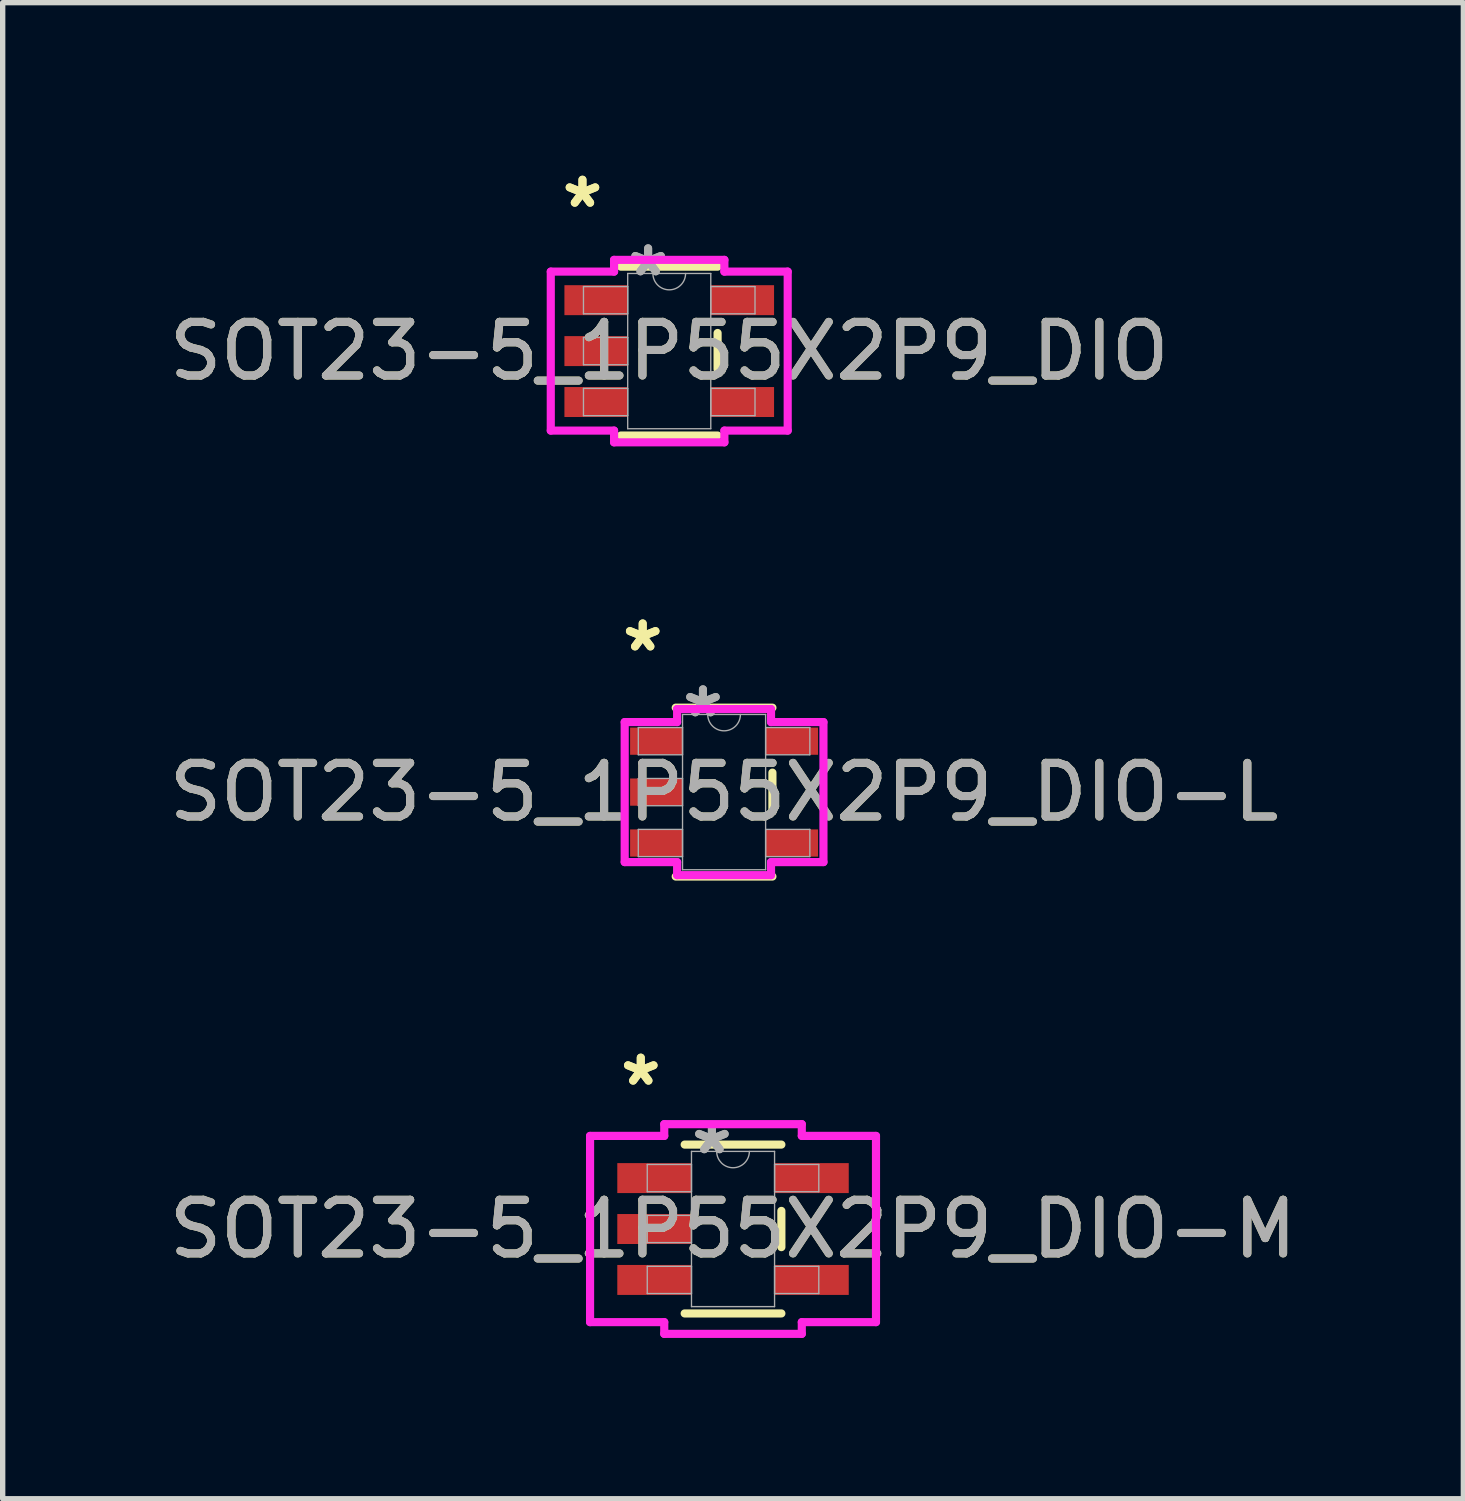
<source format=kicad_pcb>
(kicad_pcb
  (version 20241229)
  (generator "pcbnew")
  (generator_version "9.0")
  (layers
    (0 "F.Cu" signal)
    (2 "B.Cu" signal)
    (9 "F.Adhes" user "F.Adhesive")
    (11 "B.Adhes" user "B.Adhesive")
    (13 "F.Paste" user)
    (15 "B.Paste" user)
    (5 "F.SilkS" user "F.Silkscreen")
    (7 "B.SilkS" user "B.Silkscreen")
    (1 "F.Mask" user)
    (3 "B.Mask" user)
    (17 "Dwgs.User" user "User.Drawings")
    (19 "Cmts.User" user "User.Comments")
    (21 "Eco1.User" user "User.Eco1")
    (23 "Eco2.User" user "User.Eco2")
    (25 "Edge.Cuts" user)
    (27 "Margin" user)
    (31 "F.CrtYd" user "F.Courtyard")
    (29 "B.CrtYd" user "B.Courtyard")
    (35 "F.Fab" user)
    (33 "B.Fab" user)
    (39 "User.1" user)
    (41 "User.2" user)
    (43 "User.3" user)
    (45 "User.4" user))
  (footprint "SOT23-5_1P55X2P9_DIO-M"
    (layer "F.Cu")
    (at 10.625 19.878)
    (property "Reference" "SOT23-5_1P55X2P9_DIO-M" (at 0 0 0) (unlocked yes) (layer "F.SilkS") (effects (font (size 1 1) (thickness 0.15))))
    (attr smd)
    (fp_line (start -0.902 1.575) (end 0.902 1.575) (stroke (width 0.152) (type solid)) (layer "F.SilkS"))
    (fp_line (start 0.902 -1.575) (end -0.902 -1.575) (stroke (width 0.152) (type solid)) (layer "F.SilkS"))
    (fp_line (start 0.902 0.338) (end 0.902 -0.338) (stroke (width 0.152) (type solid)) (layer "F.SilkS"))
    (fp_line (start -2.667 -1.737) (end -1.283 -1.737) (stroke (width 0.152) (type solid)) (layer "F.CrtYd"))
    (fp_line (start -2.667 1.737) (end -2.667 -1.737) (stroke (width 0.152) (type solid)) (layer "F.CrtYd"))
    (fp_line (start -2.667 1.737) (end -1.283 1.737) (stroke (width 0.152) (type solid)) (layer "F.CrtYd"))
    (fp_line (start -1.283 -1.956) (end 1.283 -1.956) (stroke (width 0.152) (type solid)) (layer "F.CrtYd"))
    (fp_line (start -1.283 -1.737) (end -1.283 -1.956) (stroke (width 0.152) (type solid)) (layer "F.CrtYd"))
    (fp_line (start -1.283 1.956) (end -1.283 1.737) (stroke (width 0.152) (type solid)) (layer "F.CrtYd"))
    (fp_line (start 1.283 -1.956) (end 1.283 -1.737) (stroke (width 0.152) (type solid)) (layer "F.CrtYd"))
    (fp_line (start 1.283 1.737) (end 1.283 1.956) (stroke (width 0.152) (type solid)) (layer "F.CrtYd"))
    (fp_line (start 1.283 1.956) (end -1.283 1.956) (stroke (width 0.152) (type solid)) (layer "F.CrtYd"))
    (fp_line (start 2.667 -1.737) (end 1.283 -1.737) (stroke (width 0.152) (type solid)) (layer "F.CrtYd"))
    (fp_line (start 2.667 -1.737) (end 2.667 1.737) (stroke (width 0.152) (type solid)) (layer "F.CrtYd"))
    (fp_line (start 2.667 1.737) (end 1.283 1.737) (stroke (width 0.152) (type solid)) (layer "F.CrtYd"))
    (fp_line (start -1.6 -1.204) (end -1.6 -0.696) (stroke (width 0.025) (type solid)) (layer "F.Fab"))
    (fp_line (start -1.6 -0.696) (end -0.775 -0.696) (stroke (width 0.025) (type solid)) (layer "F.Fab"))
    (fp_line (start -1.6 -0.254) (end -1.6 0.254) (stroke (width 0.025) (type solid)) (layer "F.Fab"))
    (fp_line (start -1.6 0.254) (end -0.775 0.254) (stroke (width 0.025) (type solid)) (layer "F.Fab"))
    (fp_line (start -1.6 0.696) (end -1.6 1.204) (stroke (width 0.025) (type solid)) (layer "F.Fab"))
    (fp_line (start -1.6 1.204) (end -0.775 1.204) (stroke (width 0.025) (type solid)) (layer "F.Fab"))
    (fp_line (start -0.775 -1.448) (end -0.775 1.448) (stroke (width 0.025) (type solid)) (layer "F.Fab"))
    (fp_line (start -0.775 -1.204) (end -1.6 -1.204) (stroke (width 0.025) (type solid)) (layer "F.Fab"))
    (fp_line (start -0.775 -0.696) (end -0.775 -1.204) (stroke (width 0.025) (type solid)) (layer "F.Fab"))
    (fp_line (start -0.775 -0.254) (end -1.6 -0.254) (stroke (width 0.025) (type solid)) (layer "F.Fab"))
    (fp_line (start -0.775 0.254) (end -0.775 -0.254) (stroke (width 0.025) (type solid)) (layer "F.Fab"))
    (fp_line (start -0.775 0.696) (end -1.6 0.696) (stroke (width 0.025) (type solid)) (layer "F.Fab"))
    (fp_line (start -0.775 1.204) (end -0.775 0.696) (stroke (width 0.025) (type solid)) (layer "F.Fab"))
    (fp_line (start -0.775 1.448) (end 0.775 1.448) (stroke (width 0.025) (type solid)) (layer "F.Fab"))
    (fp_line (start 0.775 -1.448) (end -0.775 -1.448) (stroke (width 0.025) (type solid)) (layer "F.Fab"))
    (fp_line (start 0.775 -1.204) (end 0.775 -0.696) (stroke (width 0.025) (type solid)) (layer "F.Fab"))
    (fp_line (start 0.775 -0.696) (end 1.6 -0.696) (stroke (width 0.025) (type solid)) (layer "F.Fab"))
    (fp_line (start 0.775 0.696) (end 0.775 1.204) (stroke (width 0.025) (type solid)) (layer "F.Fab"))
    (fp_line (start 0.775 1.204) (end 1.6 1.204) (stroke (width 0.025) (type solid)) (layer "F.Fab"))
    (fp_line (start 0.775 1.448) (end 0.775 -1.448) (stroke (width 0.025) (type solid)) (layer "F.Fab"))
    (fp_line (start 1.6 -1.204) (end 0.775 -1.204) (stroke (width 0.025) (type solid)) (layer "F.Fab"))
    (fp_line (start 1.6 -0.696) (end 1.6 -1.204) (stroke (width 0.025) (type solid)) (layer "F.Fab"))
    (fp_line (start 1.6 0.696) (end 0.775 0.696) (stroke (width 0.025) (type solid)) (layer "F.Fab"))
    (fp_line (start 1.6 1.204) (end 1.6 0.696) (stroke (width 0.025) (type solid)) (layer "F.Fab"))
    (fp_arc (start 0.3048 -1.4478) (mid 0 -1.143) (end -0.3048 -1.4478) (stroke (width 0.0254) (type solid)) (layer "F.Fab"))
    (fp_text user "*" (at -1.721 -2.652 0) (layer "F.SilkS") (effects (font (size 1 1) (thickness 0.15))))
    (fp_text user "*" (at -1.721 -2.652 0) (unlocked yes) (layer "F.SilkS") (effects (font (size 1 1) (thickness 0.15))))
    (fp_text user "${REFERENCE}" (at 0 0 0) (unlocked yes) (layer "F.Fab") (effects (font (size 1 1) (thickness 0.15))))
    (fp_text user "*" (at -0.394 -1.372 0) (unlocked yes) (layer "F.Fab") (effects (font (size 1 1) (thickness 0.15))))
    (fp_text user "*" (at -0.394 -1.372 0) (layer "F.Fab") (effects (font (size 1 1) (thickness 0.15))))
    (pad "1" smd rect (at -1.467 -0.95) (size 1.384 0.559) (layers "F.Cu" "F.Mask" "F.Paste"))
    (pad "2" smd rect (at -1.467 0) (size 1.384 0.559) (layers "F.Cu" "F.Mask" "F.Paste"))
    (pad "3" smd rect (at -1.467 0.95) (size 1.384 0.559) (layers "F.Cu" "F.Mask" "F.Paste"))
    (pad "4" smd rect (at 1.467 0.95) (size 1.384 0.559) (layers "F.Cu" "F.Mask" "F.Paste"))
    (pad "5" smd rect (at 1.467 -0.95) (size 1.384 0.559) (layers "F.Cu" "F.Mask" "F.Paste")))
  (footprint "SOT23-5_1P55X2P9_DIO-L"
    (layer "F.Cu")
    (at 10.458 11.727)
    (property "Reference" "SOT23-5_1P55X2P9_DIO-L" (at 0 0 0) (unlocked yes) (layer "F.SilkS") (effects (font (size 1 1) (thickness 0.15))))
    (attr smd)
    (fp_line (start -0.902 1.575) (end 0.902 1.575) (stroke (width 0.152) (type solid)) (layer "F.SilkS"))
    (fp_line (start 0.902 -1.575) (end -0.902 -1.575) (stroke (width 0.152) (type solid)) (layer "F.SilkS"))
    (fp_line (start 0.902 0.363) (end 0.902 -0.363) (stroke (width 0.152) (type solid)) (layer "F.SilkS"))
    (fp_line (start -1.854 -1.306) (end -0.876 -1.306) (stroke (width 0.152) (type solid)) (layer "F.CrtYd"))
    (fp_line (start -1.854 1.306) (end -1.854 -1.306) (stroke (width 0.152) (type solid)) (layer "F.CrtYd"))
    (fp_line (start -1.854 1.306) (end -0.876 1.306) (stroke (width 0.152) (type solid)) (layer "F.CrtYd"))
    (fp_line (start -0.876 -1.549) (end 0.876 -1.549) (stroke (width 0.152) (type solid)) (layer "F.CrtYd"))
    (fp_line (start -0.876 -1.306) (end -0.876 -1.549) (stroke (width 0.152) (type solid)) (layer "F.CrtYd"))
    (fp_line (start -0.876 1.549) (end -0.876 1.306) (stroke (width 0.152) (type solid)) (layer "F.CrtYd"))
    (fp_line (start 0.876 -1.549) (end 0.876 -1.306) (stroke (width 0.152) (type solid)) (layer "F.CrtYd"))
    (fp_line (start 0.876 1.306) (end 0.876 1.549) (stroke (width 0.152) (type solid)) (layer "F.CrtYd"))
    (fp_line (start 0.876 1.549) (end -0.876 1.549) (stroke (width 0.152) (type solid)) (layer "F.CrtYd"))
    (fp_line (start 1.854 -1.306) (end 0.876 -1.306) (stroke (width 0.152) (type solid)) (layer "F.CrtYd"))
    (fp_line (start 1.854 -1.306) (end 1.854 1.306) (stroke (width 0.152) (type solid)) (layer "F.CrtYd"))
    (fp_line (start 1.854 1.306) (end 0.876 1.306) (stroke (width 0.152) (type solid)) (layer "F.CrtYd"))
    (fp_line (start -1.6 -1.204) (end -1.6 -0.696) (stroke (width 0.025) (type solid)) (layer "F.Fab"))
    (fp_line (start -1.6 -0.696) (end -0.775 -0.696) (stroke (width 0.025) (type solid)) (layer "F.Fab"))
    (fp_line (start -1.6 -0.254) (end -1.6 0.254) (stroke (width 0.025) (type solid)) (layer "F.Fab"))
    (fp_line (start -1.6 0.254) (end -0.775 0.254) (stroke (width 0.025) (type solid)) (layer "F.Fab"))
    (fp_line (start -1.6 0.696) (end -1.6 1.204) (stroke (width 0.025) (type solid)) (layer "F.Fab"))
    (fp_line (start -1.6 1.204) (end -0.775 1.204) (stroke (width 0.025) (type solid)) (layer "F.Fab"))
    (fp_line (start -0.775 -1.448) (end -0.775 1.448) (stroke (width 0.025) (type solid)) (layer "F.Fab"))
    (fp_line (start -0.775 -1.204) (end -1.6 -1.204) (stroke (width 0.025) (type solid)) (layer "F.Fab"))
    (fp_line (start -0.775 -0.696) (end -0.775 -1.204) (stroke (width 0.025) (type solid)) (layer "F.Fab"))
    (fp_line (start -0.775 -0.254) (end -1.6 -0.254) (stroke (width 0.025) (type solid)) (layer "F.Fab"))
    (fp_line (start -0.775 0.254) (end -0.775 -0.254) (stroke (width 0.025) (type solid)) (layer "F.Fab"))
    (fp_line (start -0.775 0.696) (end -1.6 0.696) (stroke (width 0.025) (type solid)) (layer "F.Fab"))
    (fp_line (start -0.775 1.204) (end -0.775 0.696) (stroke (width 0.025) (type solid)) (layer "F.Fab"))
    (fp_line (start -0.775 1.448) (end 0.775 1.448) (stroke (width 0.025) (type solid)) (layer "F.Fab"))
    (fp_line (start 0.775 -1.448) (end -0.775 -1.448) (stroke (width 0.025) (type solid)) (layer "F.Fab"))
    (fp_line (start 0.775 -1.204) (end 0.775 -0.696) (stroke (width 0.025) (type solid)) (layer "F.Fab"))
    (fp_line (start 0.775 -0.696) (end 1.6 -0.696) (stroke (width 0.025) (type solid)) (layer "F.Fab"))
    (fp_line (start 0.775 0.696) (end 0.775 1.204) (stroke (width 0.025) (type solid)) (layer "F.Fab"))
    (fp_line (start 0.775 1.204) (end 1.6 1.204) (stroke (width 0.025) (type solid)) (layer "F.Fab"))
    (fp_line (start 0.775 1.448) (end 0.775 -1.448) (stroke (width 0.025) (type solid)) (layer "F.Fab"))
    (fp_line (start 1.6 -1.204) (end 0.775 -1.204) (stroke (width 0.025) (type solid)) (layer "F.Fab"))
    (fp_line (start 1.6 -0.696) (end 1.6 -1.204) (stroke (width 0.025) (type solid)) (layer "F.Fab"))
    (fp_line (start 1.6 0.696) (end 0.775 0.696) (stroke (width 0.025) (type solid)) (layer "F.Fab"))
    (fp_line (start 1.6 1.204) (end 1.6 0.696) (stroke (width 0.025) (type solid)) (layer "F.Fab"))
    (fp_arc (start 0.3048 -1.4478) (mid 0 -1.143) (end -0.3048 -1.4478) (stroke (width 0.0254) (type solid)) (layer "F.Fab"))
    (fp_text user "*" (at -1.518 -2.601 0) (unlocked yes) (layer "F.SilkS") (effects (font (size 1 1) (thickness 0.15))))
    (fp_text user "*" (at -1.518 -2.601 0) (layer "F.SilkS") (effects (font (size 1 1) (thickness 0.15))))
    (fp_text user "${REFERENCE}" (at 0 0 0) (unlocked yes) (layer "F.Fab") (effects (font (size 1 1) (thickness 0.15))))
    (fp_text user "*" (at -0.394 -1.372 0) (layer "F.Fab") (effects (font (size 1 1) (thickness 0.15))))
    (fp_text user "*" (at -0.394 -1.372 0) (unlocked yes) (layer "F.Fab") (effects (font (size 1 1) (thickness 0.15))))
    (pad "1" smd rect (at -1.264 -0.95) (size 0.978 0.508) (layers "F.Cu" "F.Mask" "F.Paste"))
    (pad "2" smd rect (at -1.264 0) (size 0.978 0.508) (layers "F.Cu" "F.Mask" "F.Paste"))
    (pad "3" smd rect (at -1.264 0.95) (size 0.978 0.508) (layers "F.Cu" "F.Mask" "F.Paste"))
    (pad "4" smd rect (at 1.264 0.95) (size 0.978 0.508) (layers "F.Cu" "F.Mask" "F.Paste"))
    (pad "5" smd rect (at 1.264 -0.95) (size 0.978 0.508) (layers "F.Cu" "F.Mask" "F.Paste")))
  (footprint "SOT23-5_1P55X2P9_DIO"
    (layer "F.Cu")
    (at 9.435 3.5)
    (property "Reference" "SOT23-5_1P55X2P9_DIO" (at 0 0 0) (unlocked yes) (layer "F.SilkS") (effects (font (size 1 1) (thickness 0.15))))
    (attr smd)
    (fp_line (start -0.902 1.575) (end 0.902 1.575) (stroke (width 0.152) (type solid)) (layer "F.SilkS"))
    (fp_line (start 0.902 -1.575) (end -0.902 -1.575) (stroke (width 0.152) (type solid)) (layer "F.SilkS"))
    (fp_line (start 0.902 0.338) (end 0.902 -0.338) (stroke (width 0.152) (type solid)) (layer "F.SilkS"))
    (fp_line (start -2.21 -1.483) (end -1.029 -1.483) (stroke (width 0.152) (type solid)) (layer "F.CrtYd"))
    (fp_line (start -2.21 1.483) (end -2.21 -1.483) (stroke (width 0.152) (type solid)) (layer "F.CrtYd"))
    (fp_line (start -2.21 1.483) (end -1.029 1.483) (stroke (width 0.152) (type solid)) (layer "F.CrtYd"))
    (fp_line (start -1.029 -1.702) (end 1.029 -1.702) (stroke (width 0.152) (type solid)) (layer "F.CrtYd"))
    (fp_line (start -1.029 -1.483) (end -1.029 -1.702) (stroke (width 0.152) (type solid)) (layer "F.CrtYd"))
    (fp_line (start -1.029 1.702) (end -1.029 1.483) (stroke (width 0.152) (type solid)) (layer "F.CrtYd"))
    (fp_line (start 1.029 -1.702) (end 1.029 -1.483) (stroke (width 0.152) (type solid)) (layer "F.CrtYd"))
    (fp_line (start 1.029 1.483) (end 1.029 1.702) (stroke (width 0.152) (type solid)) (layer "F.CrtYd"))
    (fp_line (start 1.029 1.702) (end -1.029 1.702) (stroke (width 0.152) (type solid)) (layer "F.CrtYd"))
    (fp_line (start 2.21 -1.483) (end 1.029 -1.483) (stroke (width 0.152) (type solid)) (layer "F.CrtYd"))
    (fp_line (start 2.21 -1.483) (end 2.21 1.483) (stroke (width 0.152) (type solid)) (layer "F.CrtYd"))
    (fp_line (start 2.21 1.483) (end 1.029 1.483) (stroke (width 0.152) (type solid)) (layer "F.CrtYd"))
    (fp_line (start -1.6 -1.204) (end -1.6 -0.696) (stroke (width 0.025) (type solid)) (layer "F.Fab"))
    (fp_line (start -1.6 -0.696) (end -0.775 -0.696) (stroke (width 0.025) (type solid)) (layer "F.Fab"))
    (fp_line (start -1.6 -0.254) (end -1.6 0.254) (stroke (width 0.025) (type solid)) (layer "F.Fab"))
    (fp_line (start -1.6 0.254) (end -0.775 0.254) (stroke (width 0.025) (type solid)) (layer "F.Fab"))
    (fp_line (start -1.6 0.696) (end -1.6 1.204) (stroke (width 0.025) (type solid)) (layer "F.Fab"))
    (fp_line (start -1.6 1.204) (end -0.775 1.204) (stroke (width 0.025) (type solid)) (layer "F.Fab"))
    (fp_line (start -0.775 -1.448) (end -0.775 1.448) (stroke (width 0.025) (type solid)) (layer "F.Fab"))
    (fp_line (start -0.775 -1.204) (end -1.6 -1.204) (stroke (width 0.025) (type solid)) (layer "F.Fab"))
    (fp_line (start -0.775 -0.696) (end -0.775 -1.204) (stroke (width 0.025) (type solid)) (layer "F.Fab"))
    (fp_line (start -0.775 -0.254) (end -1.6 -0.254) (stroke (width 0.025) (type solid)) (layer "F.Fab"))
    (fp_line (start -0.775 0.254) (end -0.775 -0.254) (stroke (width 0.025) (type solid)) (layer "F.Fab"))
    (fp_line (start -0.775 0.696) (end -1.6 0.696) (stroke (width 0.025) (type solid)) (layer "F.Fab"))
    (fp_line (start -0.775 1.204) (end -0.775 0.696) (stroke (width 0.025) (type solid)) (layer "F.Fab"))
    (fp_line (start -0.775 1.448) (end 0.775 1.448) (stroke (width 0.025) (type solid)) (layer "F.Fab"))
    (fp_line (start 0.775 -1.448) (end -0.775 -1.448) (stroke (width 0.025) (type solid)) (layer "F.Fab"))
    (fp_line (start 0.775 -1.204) (end 0.775 -0.696) (stroke (width 0.025) (type solid)) (layer "F.Fab"))
    (fp_line (start 0.775 -0.696) (end 1.6 -0.696) (stroke (width 0.025) (type solid)) (layer "F.Fab"))
    (fp_line (start 0.775 0.696) (end 0.775 1.204) (stroke (width 0.025) (type solid)) (layer "F.Fab"))
    (fp_line (start 0.775 1.204) (end 1.6 1.204) (stroke (width 0.025) (type solid)) (layer "F.Fab"))
    (fp_line (start 0.775 1.448) (end 0.775 -1.448) (stroke (width 0.025) (type solid)) (layer "F.Fab"))
    (fp_line (start 1.6 -1.204) (end 0.775 -1.204) (stroke (width 0.025) (type solid)) (layer "F.Fab"))
    (fp_line (start 1.6 -0.696) (end 1.6 -1.204) (stroke (width 0.025) (type solid)) (layer "F.Fab"))
    (fp_line (start 1.6 0.696) (end 0.775 0.696) (stroke (width 0.025) (type solid)) (layer "F.Fab"))
    (fp_line (start 1.6 1.204) (end 1.6 0.696) (stroke (width 0.025) (type solid)) (layer "F.Fab"))
    (fp_arc (start 0.3048 -1.4478) (mid 0 -1.143) (end -0.3048 -1.4478) (stroke (width 0.0254) (type solid)) (layer "F.Fab"))
    (fp_text user "*" (at -1.619 -2.652 0) (layer "F.SilkS") (effects (font (size 1 1) (thickness 0.15))))
    (fp_text user "*" (at -1.619 -2.652 0) (unlocked yes) (layer "F.SilkS") (effects (font (size 1 1) (thickness 0.15))))
    (fp_text user "*" (at -0.394 -1.372 0) (unlocked yes) (layer "F.Fab") (effects (font (size 1 1) (thickness 0.15))))
    (fp_text user "*" (at -0.394 -1.372 0) (layer "F.Fab") (effects (font (size 1 1) (thickness 0.15))))
    (fp_text user "${REFERENCE}" (at 0 0 0) (unlocked yes) (layer "F.Fab") (effects (font (size 1 1) (thickness 0.15))))
    (pad "1" smd rect (at -1.365 -0.95) (size 1.181 0.559) (layers "F.Cu" "F.Mask" "F.Paste"))
    (pad "2" smd rect (at -1.365 0) (size 1.181 0.559) (layers "F.Cu" "F.Mask" "F.Paste"))
    (pad "3" smd rect (at -1.365 0.95) (size 1.181 0.559) (layers "F.Cu" "F.Mask" "F.Paste"))
    (pad "4" smd rect (at 1.365 0.95) (size 1.181 0.559) (layers "F.Cu" "F.Mask" "F.Paste"))
    (pad "5" smd rect (at 1.365 -0.95) (size 1.181 0.559) (layers "F.Cu" "F.Mask" "F.Paste")))
  (gr_rect
    (start -3 -3)
    (end 24.25 24.91)
    (stroke (width 0.1) (type default))
    (fill no)
    (layer "Edge.Cuts")))
</source>
